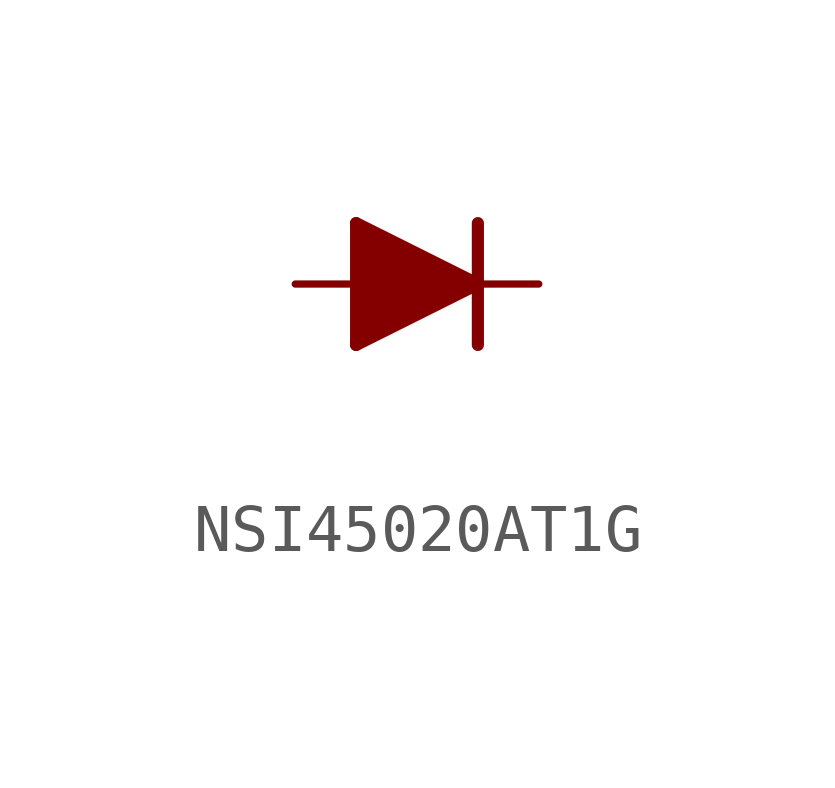
<source format=kicad_sym>
(kicad_symbol_lib
  (version 20220914)
  (generator kicad_symbol_editor)
  (symbol "NSI45020AT1G"
    (property "Reference" ""
      (at -2.54 1.778 0)
      (effects (font (size 1.778 1.511)) (justify left bottom) hide))
    (property "Value" ""
      (at -2.54 -3.683 0)
      (effects (font (size 1.778 1.511)) (justify left bottom)))
    (property "ki_locked" ""
      (at 0 0 0)
      (effects (font (size 1.27 1.27))))
    (symbol "NSI45020AT1G_1_0"
      (polyline (pts (xy -1.27 -1.27) (xy 1.27 0)) (stroke (width 0.254) (type solid)) (fill (type none)))
      (polyline (pts (xy -1.27 1.27) (xy -1.27 -1.27)) (stroke (width 0.254) (type solid)) (fill (type none)))
      (polyline (pts (xy -1.016 -0.889) (xy 0.254 -0.127)) (stroke (width 0.61) (type solid)) (fill (type none)))
      (polyline (pts (xy -1.016 0.889) (xy -1.016 -0.889)) (stroke (width 0.61) (type solid)) (fill (type none)))
      (polyline (pts (xy -0.635 0.254) (xy -0.635 -0.254)) (stroke (width 0.61) (type solid)) (fill (type none)))
      (polyline (pts (xy 0.254 -0.127) (xy -0.635 0.254)) (stroke (width 0.61) (type solid)) (fill (type none)))
      (polyline (pts (xy 0.635 0) (xy -1.016 0.889)) (stroke (width 0.61) (type solid)) (fill (type none)))
      (polyline (pts (xy 1.27 0) (xy -1.27 1.27)) (stroke (width 0.254) (type solid)) (fill (type none)))
      (polyline (pts (xy 1.27 0) (xy 1.27 -1.27)) (stroke (width 0.254) (type solid)) (fill (type none)))
      (polyline (pts (xy 1.27 1.27) (xy 1.27 0)) (stroke (width 0.254) (type solid)) (fill (type none)))
      (pin passive line (at -2.54 0 0) (length 2.54) (name "A" (effects (font (size 0 0)))) (number "A" (effects (font (size 0 0)))))
      (pin passive line (at 2.54 0 180) (length 2.54) (name "C" (effects (font (size 0 0)))) (number "C" (effects (font (size 0 0))))))))
</source>
